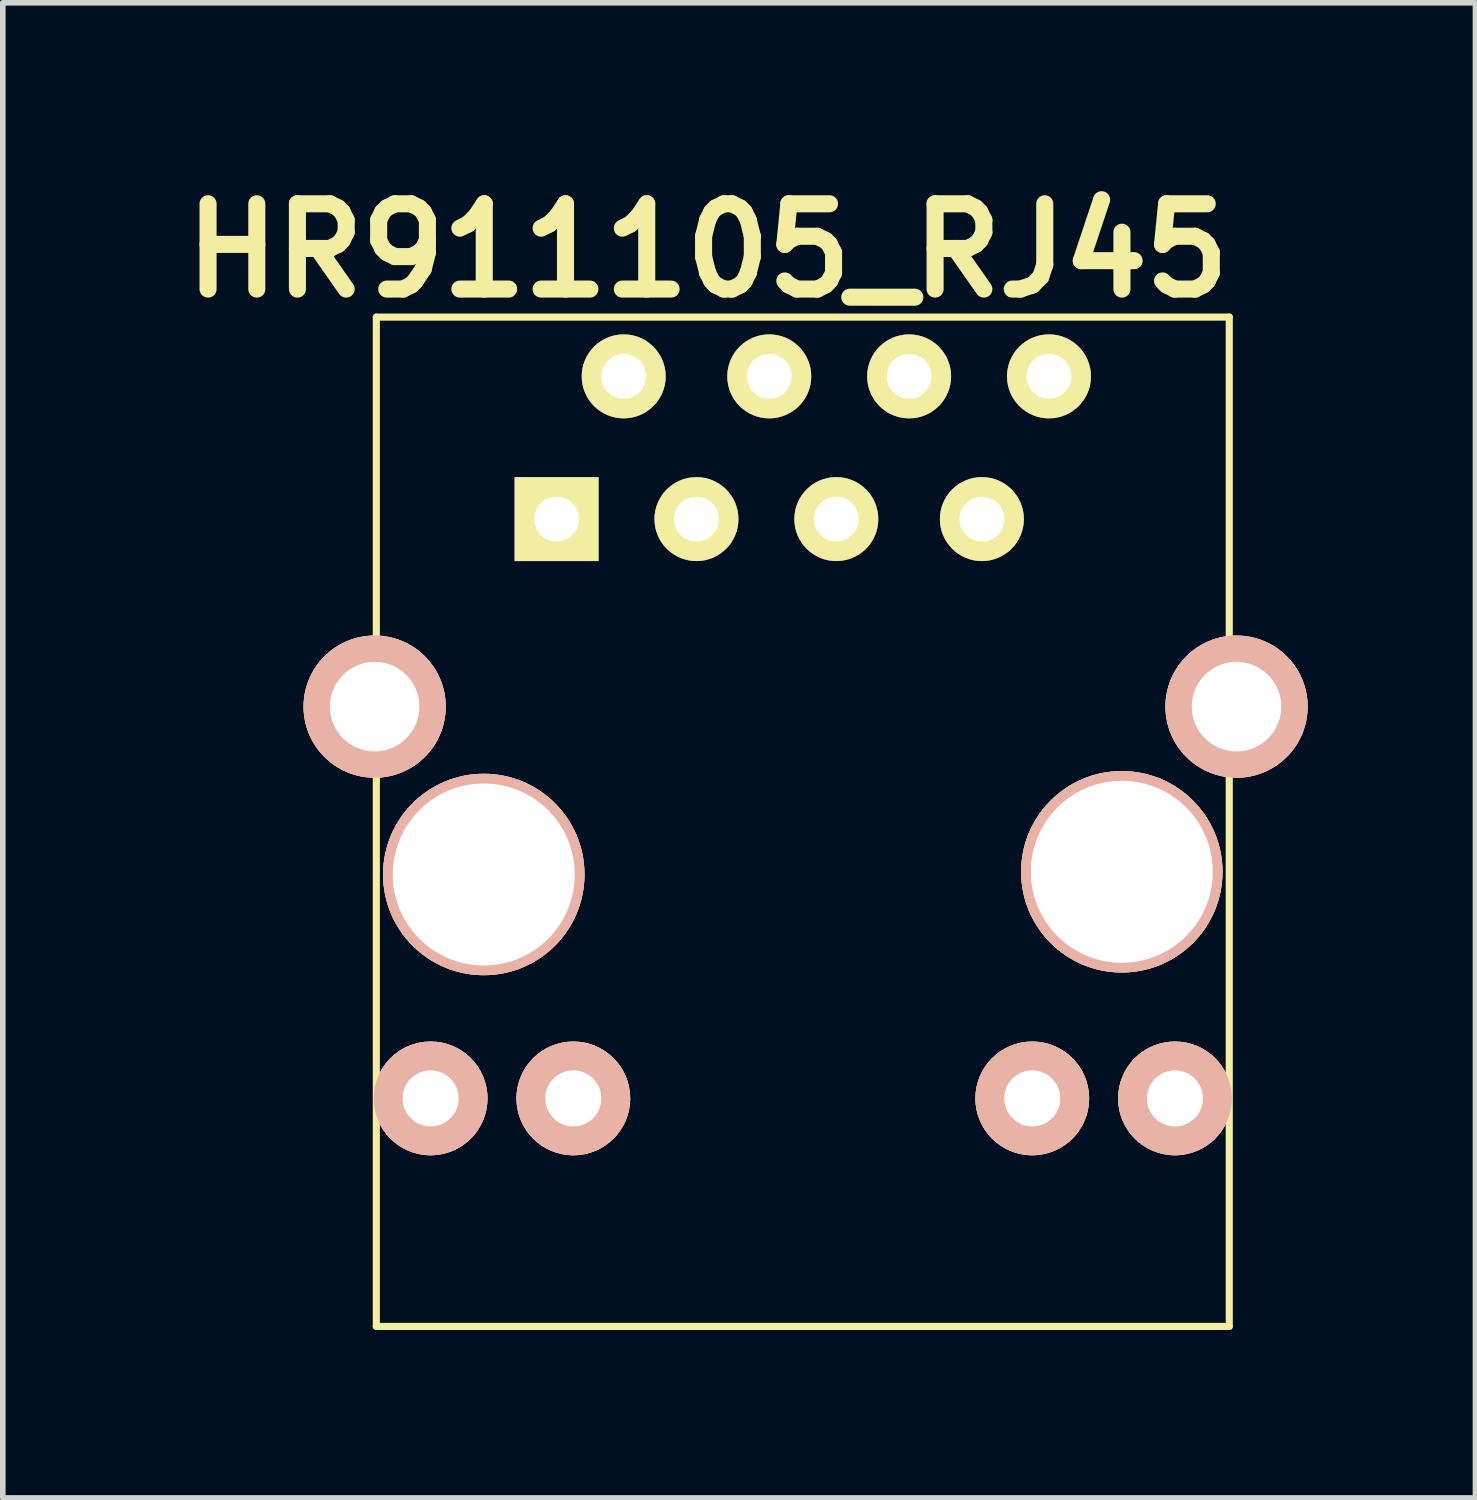
<source format=kicad_pcb>
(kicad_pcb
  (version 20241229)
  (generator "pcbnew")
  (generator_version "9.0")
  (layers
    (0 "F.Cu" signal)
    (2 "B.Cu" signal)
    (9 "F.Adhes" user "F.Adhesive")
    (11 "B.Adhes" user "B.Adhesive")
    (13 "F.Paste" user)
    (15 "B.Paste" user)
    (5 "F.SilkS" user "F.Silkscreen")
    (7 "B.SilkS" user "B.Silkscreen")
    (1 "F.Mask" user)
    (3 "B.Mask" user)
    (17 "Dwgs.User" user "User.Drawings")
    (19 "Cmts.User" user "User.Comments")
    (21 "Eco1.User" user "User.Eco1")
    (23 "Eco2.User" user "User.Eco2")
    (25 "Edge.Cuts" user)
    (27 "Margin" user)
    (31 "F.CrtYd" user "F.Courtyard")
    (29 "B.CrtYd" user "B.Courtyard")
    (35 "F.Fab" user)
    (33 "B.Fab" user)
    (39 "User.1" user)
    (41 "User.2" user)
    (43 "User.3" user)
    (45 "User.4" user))
  (footprint "HR911105_RJ45"
    (layer "F.Cu")
    (at 11.294 12.776)
    (property "Reference" "HR911105_RJ45" (at -1.7 -11.35 0) (layer "F.SilkS") (effects (font (size 1.524 1.524) (thickness 0.305))))
    (attr through_hole)
    (fp_line (start -7.62 -10.16) (end -7.62 7.874) (stroke (width 0.127) (type solid)) (layer "F.SilkS"))
    (fp_line (start -7.62 7.874) (end 7.62 7.874) (stroke (width 0.127) (type solid)) (layer "F.SilkS"))
    (fp_line (start 7.62 -10.16) (end -7.62 -10.16) (stroke (width 0.127) (type solid)) (layer "F.SilkS"))
    (fp_line (start 7.62 7.874) (end 7.62 -10.16) (stroke (width 0.127) (type solid)) (layer "F.SilkS"))
    (pad "0" thru_hole circle (at -7.65 -3.2) (size 2.54 2.54) (drill 1.6) (layers "*.Cu" "*.SilkS" "*.Mask"))
    (pad "0" thru_hole circle (at 7.75 -3.2) (size 2.54 2.54) (drill 1.6) (layers "*.Cu" "*.SilkS" "*.Mask"))
    (pad "1" thru_hole rect (at -4.399 -6.551) (size 1.5 1.5) (drill 0.8) (layers "*.Cu" "*.Mask" "F.SilkS"))
    (pad "2" thru_hole circle (at -3.2 -9.101) (size 1.5 1.5) (drill 0.8) (layers "*.Cu" "*.Mask" "F.SilkS"))
    (pad "3" thru_hole circle (at -1.9 -6.551) (size 1.5 1.5) (drill 0.8) (layers "*.Cu" "*.Mask" "F.SilkS"))
    (pad "4" thru_hole circle (at -0.599 -9.101) (size 1.5 1.5) (drill 0.8) (layers "*.Cu" "*.Mask" "F.SilkS"))
    (pad "5" thru_hole circle (at 0.599 -6.551) (size 1.5 1.5) (drill 0.8) (layers "*.Cu" "*.Mask" "F.SilkS"))
    (pad "6" thru_hole circle (at 1.9 -9.101) (size 1.5 1.5) (drill 0.8) (layers "*.Cu" "*.Mask" "F.SilkS"))
    (pad "7" thru_hole circle (at 3.2 -6.551) (size 1.5 1.5) (drill 0.8) (layers "*.Cu" "*.Mask" "F.SilkS"))
    (pad "8" thru_hole circle (at 4.399 -9.101) (size 1.5 1.5) (drill 0.8) (layers "*.Cu" "*.Mask" "F.SilkS"))
    (pad "9" thru_hole circle (at -6.65 3.8) (size 2.032 2.032) (drill 1.001) (layers "*.Cu" "*.SilkS" "*.Mask"))
    (pad "10" thru_hole circle (at -4.1 3.8) (size 2.032 2.032) (drill 1.001) (layers "*.Cu" "*.SilkS" "*.Mask"))
    (pad "11" thru_hole circle (at 4.1 3.8) (size 2.032 2.032) (drill 1.001) (layers "*.Cu" "*.SilkS" "*.Mask"))
    (pad "12" thru_hole circle (at 6.65 3.8) (size 2.032 2.032) (drill 1.001) (layers "*.Cu" "*.SilkS" "*.Mask"))
    (pad "Hole" thru_hole circle (at -5.7 -0.201) (size 3.599 3.599) (drill 3.251) (layers "*.Cu" "*.SilkS" "*.Mask"))
    (pad "Hole" thru_hole circle (at 5.7 -0.249) (size 3.599 3.599) (drill 3.251) (layers "*.Cu" "*.SilkS" "*.Mask")))
  (gr_rect
    (start -3 -3)
    (end 23.313 23.714)
    (stroke (width 0.1) (type default))
    (fill no)
    (layer "Edge.Cuts")))
</source>
